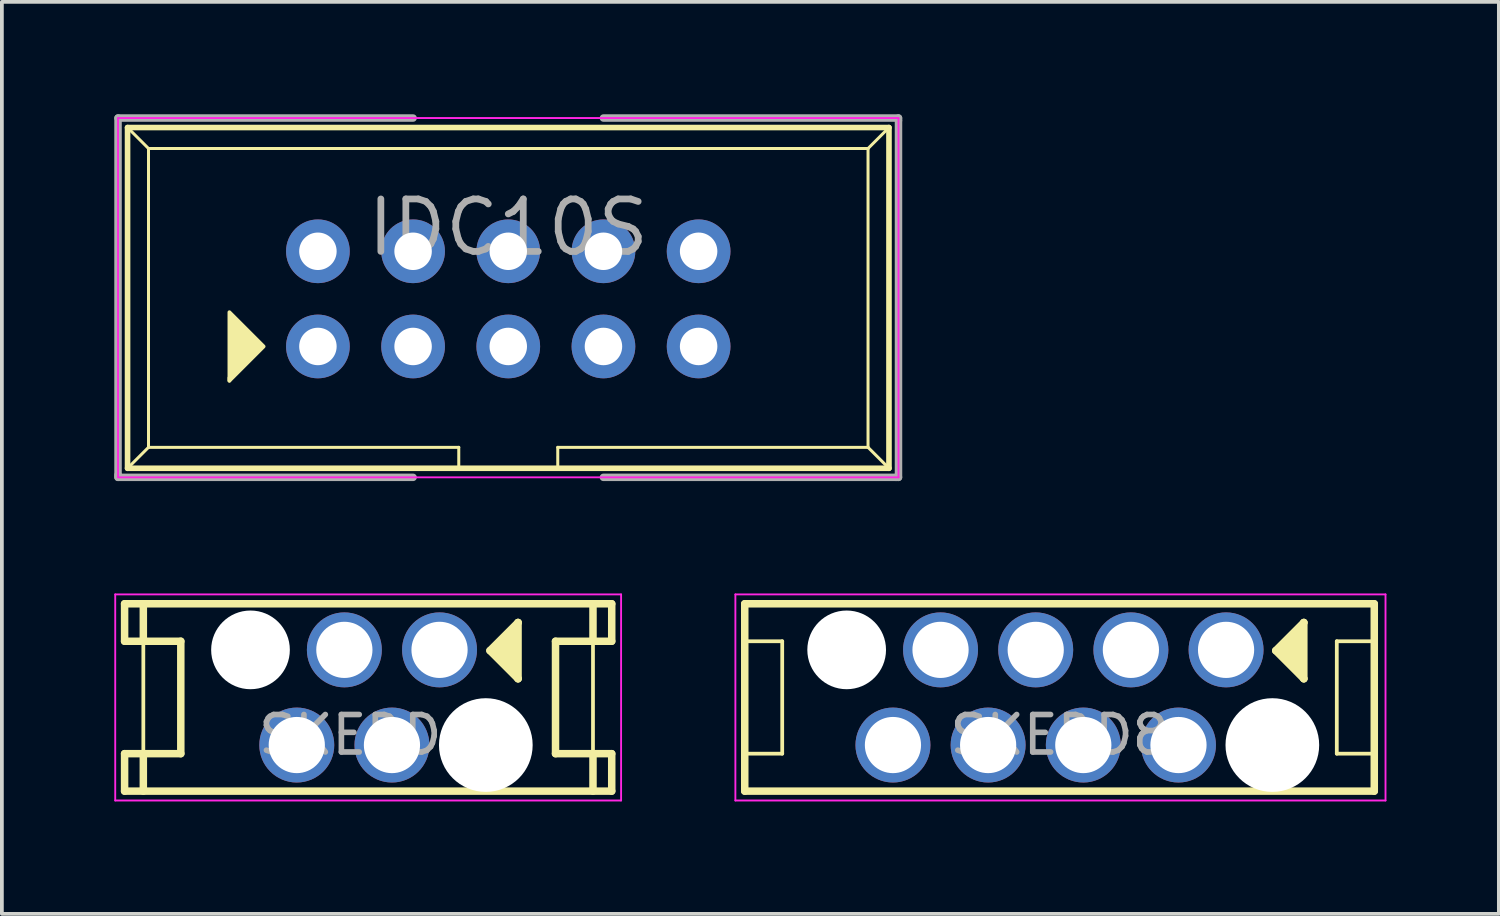
<source format=kicad_pcb>
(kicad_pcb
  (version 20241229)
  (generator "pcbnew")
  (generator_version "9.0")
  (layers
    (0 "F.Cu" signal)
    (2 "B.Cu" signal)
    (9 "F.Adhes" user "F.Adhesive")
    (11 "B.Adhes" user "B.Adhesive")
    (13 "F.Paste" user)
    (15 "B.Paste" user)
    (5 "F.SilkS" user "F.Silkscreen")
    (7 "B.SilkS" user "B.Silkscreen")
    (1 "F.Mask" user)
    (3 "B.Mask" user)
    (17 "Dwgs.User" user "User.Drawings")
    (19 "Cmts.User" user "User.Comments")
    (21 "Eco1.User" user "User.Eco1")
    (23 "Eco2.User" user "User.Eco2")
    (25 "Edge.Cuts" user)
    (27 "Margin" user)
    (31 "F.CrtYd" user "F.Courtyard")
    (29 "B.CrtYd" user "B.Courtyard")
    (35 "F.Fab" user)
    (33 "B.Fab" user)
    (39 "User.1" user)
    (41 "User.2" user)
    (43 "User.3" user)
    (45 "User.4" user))
  (footprint "SKEDD4"
    (layer "F.Cu")
    (at 6.775 15.563)
    (property "Reference" "SKEDD4" (at 0 1 0) (layer "F.Fab") (effects (font (size 1 1) (thickness 0.15))))
    (attr through_hole)
    (fp_line (start -6.5 -1.5) (end -6.5 -2.5) (stroke (width 0.2) (type solid)) (layer "F.SilkS"))
    (fp_line (start -6.5 -1.5) (end -6 -1.5) (stroke (width 0.2) (type solid)) (layer "F.SilkS"))
    (fp_line (start -6.5 1.5) (end -6 1.5) (stroke (width 0.2) (type solid)) (layer "F.SilkS"))
    (fp_line (start -6.5 2.5) (end -6.5 1.5) (stroke (width 0.2) (type solid)) (layer "F.SilkS"))
    (fp_line (start -6.5 2.5) (end 6.5 2.5) (stroke (width 0.2) (type solid)) (layer "F.SilkS"))
    (fp_line (start -6 -1.5) (end -6 -2.5) (stroke (width 0.2) (type solid)) (layer "F.SilkS"))
    (fp_line (start -6 -1.5) (end -6 1.5) (stroke (width 0.1) (type solid)) (layer "F.SilkS"))
    (fp_line (start -6 -1.5) (end -5 -1.5) (stroke (width 0.2) (type solid)) (layer "F.SilkS"))
    (fp_line (start -6 1.5) (end -6 2.5) (stroke (width 0.2) (type solid)) (layer "F.SilkS"))
    (fp_line (start -5 -1.5) (end -5 1.5) (stroke (width 0.2) (type solid)) (layer "F.SilkS"))
    (fp_line (start -5 1.5) (end -6 1.5) (stroke (width 0.2) (type solid)) (layer "F.SilkS"))
    (fp_line (start 3.25 -1.25) (end 4 -2) (stroke (width 0.2) (type solid)) (layer "F.SilkS"))
    (fp_line (start 3.5 -1.25) (end 3.75 -1.25) (stroke (width 0.5) (type solid)) (layer "F.SilkS"))
    (fp_line (start 3.75 -1) (end 3.75 -1.5) (stroke (width 0.5) (type solid)) (layer "F.SilkS"))
    (fp_line (start 4 -2) (end 3.75 -1.5) (stroke (width 0.2) (type solid)) (layer "F.SilkS"))
    (fp_line (start 4 -2) (end 4 -0.5) (stroke (width 0.2) (type solid)) (layer "F.SilkS"))
    (fp_line (start 4 -0.5) (end 3.25 -1.25) (stroke (width 0.2) (type solid)) (layer "F.SilkS"))
    (fp_line (start 4 -0.5) (end 3.75 -1) (stroke (width 0.2) (type solid)) (layer "F.SilkS"))
    (fp_line (start 5 -1.5) (end 6 -1.5) (stroke (width 0.2) (type solid)) (layer "F.SilkS"))
    (fp_line (start 5 1.5) (end 5 -1.5) (stroke (width 0.2) (type solid)) (layer "F.SilkS"))
    (fp_line (start 6 -2.5) (end 6 -1.5) (stroke (width 0.2) (type solid)) (layer "F.SilkS"))
    (fp_line (start 6 -1.5) (end 6 1.5) (stroke (width 0.1) (type solid)) (layer "F.SilkS"))
    (fp_line (start 6 1.5) (end 5 1.5) (stroke (width 0.2) (type solid)) (layer "F.SilkS"))
    (fp_line (start 6 1.5) (end 6 2.5) (stroke (width 0.2) (type solid)) (layer "F.SilkS"))
    (fp_line (start 6.5 -2.5) (end -6.5 -2.5) (stroke (width 0.2) (type solid)) (layer "F.SilkS"))
    (fp_line (start 6.5 -2.5) (end 6.5 -1.5) (stroke (width 0.2) (type solid)) (layer "F.SilkS"))
    (fp_line (start 6.5 -1.5) (end 6 -1.5) (stroke (width 0.2) (type solid)) (layer "F.SilkS"))
    (fp_line (start 6.5 1.5) (end 6 1.5) (stroke (width 0.2) (type solid)) (layer "F.SilkS"))
    (fp_line (start 6.5 2.5) (end 6.5 1.5) (stroke (width 0.2) (type solid)) (layer "F.SilkS"))
    (fp_line (start -6.75 -2.75) (end 6.75 -2.75) (stroke (width 0.05) (type solid)) (layer "F.CrtYd"))
    (fp_line (start -6.75 2.75) (end -6.75 -2.75) (stroke (width 0.05) (type solid)) (layer "F.CrtYd"))
    (fp_line (start 6.75 -2.75) (end 6.75 2.75) (stroke (width 0.05) (type solid)) (layer "F.CrtYd"))
    (fp_line (start 6.75 2.75) (end -6.75 2.75) (stroke (width 0.05) (type solid)) (layer "F.CrtYd"))
    (pad "" np_thru_hole circle (at -3.14 -1.27) (size 2.1 2.1) (drill 2.1) (layers "*.Cu" "*.Mask"))
    (pad "" np_thru_hole circle (at 3.14 1.27) (size 2.5 2.5) (drill 2.5) (layers "*.Cu" "*.Mask"))
    (pad "1" thru_hole circle (at 1.905 -1.27) (size 2 2) (drill 1.5) (layers "*.Cu" "*.Mask"))
    (pad "2" thru_hole circle (at 0.635 1.27) (size 2 2) (drill 1.5) (layers "*.Cu" "*.Mask"))
    (pad "3" thru_hole circle (at -0.635 -1.27) (size 2 2) (drill 1.5) (layers "*.Cu" "*.Mask"))
    (pad "4" thru_hole circle (at -1.905 1.27) (size 2 2) (drill 1.5) (layers "*.Cu" "*.Mask")))
  (footprint "IDC10S"
    (layer "F.Cu")
    (at 10.514 4.926)
    (property "Reference" "IDC10S" (at 0 -1.905 0) (layer "F.Fab") (effects (font (size 1.4 1.4) (thickness 0.18))))
    (attr through_hole)
    (fp_line (start -10.16 -4.572) (end -9.601 -4.013) (stroke (width 0.08) (type solid)) (layer "F.SilkS"))
    (fp_line (start -10.16 -4.572) (end 10.16 -4.572) (stroke (width 0.15) (type solid)) (layer "F.SilkS"))
    (fp_line (start -10.16 4.521) (end -10.16 -4.572) (stroke (width 0.15) (type solid)) (layer "F.SilkS"))
    (fp_line (start -10.16 4.521) (end -9.601 3.962) (stroke (width 0.08) (type solid)) (layer "F.SilkS"))
    (fp_line (start -9.601 -4.013) (end -9.601 3.962) (stroke (width 0.08) (type solid)) (layer "F.SilkS"))
    (fp_line (start -9.601 -4.013) (end 9.601 -4.013) (stroke (width 0.08) (type solid)) (layer "F.SilkS"))
    (fp_line (start -9.601 3.962) (end -1.321 3.962) (stroke (width 0.08) (type solid)) (layer "F.SilkS"))
    (fp_line (start -7.442 2.184) (end -7.442 2.108) (stroke (width 0.1) (type solid)) (layer "F.SilkS"))
    (fp_line (start -1.321 3.962) (end -1.321 4.521) (stroke (width 0.08) (type solid)) (layer "F.SilkS"))
    (fp_line (start 1.321 3.962) (end 1.321 4.521) (stroke (width 0.08) (type solid)) (layer "F.SilkS"))
    (fp_line (start 9.601 -4.013) (end 9.601 3.962) (stroke (width 0.08) (type solid)) (layer "F.SilkS"))
    (fp_line (start 9.601 3.962) (end 1.321 3.962) (stroke (width 0.08) (type solid)) (layer "F.SilkS"))
    (fp_line (start 10.16 -4.572) (end 9.601 -4.013) (stroke (width 0.08) (type solid)) (layer "F.SilkS"))
    (fp_line (start 10.16 4.521) (end -10.16 4.521) (stroke (width 0.15) (type solid)) (layer "F.SilkS"))
    (fp_line (start 10.16 4.521) (end 9.601 3.962) (stroke (width 0.08) (type solid)) (layer "F.SilkS"))
    (fp_line (start 10.16 4.521) (end 10.16 -4.572) (stroke (width 0.15) (type solid)) (layer "F.SilkS"))
    (fp_poly (pts (xy -6.528 1.27) (xy -7.442 2.184) (xy -7.442 0.356)) (stroke (width 0.1) (type solid)) (fill yes) (layer "F.SilkS"))
    (fp_line (start -10.414 -4.826) (end 10.414 -4.826) (stroke (width 0.05) (type solid)) (layer "F.CrtYd"))
    (fp_line (start -10.414 4.763) (end -10.414 -4.826) (stroke (width 0.05) (type solid)) (layer "F.CrtYd"))
    (fp_line (start 10.414 -4.826) (end 10.414 4.763) (stroke (width 0.05) (type solid)) (layer "F.CrtYd"))
    (fp_line (start 10.414 4.763) (end -10.414 4.763) (stroke (width 0.05) (type solid)) (layer "F.CrtYd"))
    (fp_line (start -10.414 -4.826) (end -10.414 4.699) (stroke (width 0.2) (type solid)) (layer "F.Fab"))
    (fp_line (start -10.414 4.699) (end -10.414 4.763) (stroke (width 0.2) (type solid)) (layer "F.Fab"))
    (fp_line (start -10.414 4.763) (end -2.54 4.763) (stroke (width 0.2) (type solid)) (layer "F.Fab"))
    (fp_line (start -2.54 -4.826) (end -10.414 -4.826) (stroke (width 0.2) (type solid)) (layer "F.Fab"))
    (fp_line (start 2.54 4.763) (end 10.351 4.763) (stroke (width 0.2) (type solid)) (layer "F.Fab"))
    (fp_line (start 10.351 4.763) (end 10.414 4.763) (stroke (width 0.2) (type solid)) (layer "F.Fab"))
    (fp_line (start 10.414 -4.826) (end 2.54 -4.826) (stroke (width 0.2) (type solid)) (layer "F.Fab"))
    (fp_line (start 10.414 -4.763) (end 10.414 -4.826) (stroke (width 0.2) (type solid)) (layer "F.Fab"))
    (fp_line (start 10.414 4.763) (end 10.414 -4.763) (stroke (width 0.2) (type solid)) (layer "F.Fab"))
    (pad "1" thru_hole circle (at -5.08 1.27) (size 1.7 1.7) (drill 1) (layers "*.Cu" "*.Mask"))
    (pad "2" thru_hole circle (at -5.08 -1.27) (size 1.7 1.7) (drill 1) (layers "*.Cu" "*.Mask"))
    (pad "3" thru_hole circle (at -2.54 1.27) (size 1.7 1.7) (drill 1) (layers "*.Cu" "*.Mask"))
    (pad "4" thru_hole circle (at -2.54 -1.27) (size 1.7 1.7) (drill 1) (layers "*.Cu" "*.Mask"))
    (pad "5" thru_hole circle (at 0 1.27) (size 1.7 1.7) (drill 1) (layers "*.Cu" "*.Mask"))
    (pad "6" thru_hole circle (at 0 -1.27) (size 1.7 1.7) (drill 1) (layers "*.Cu" "*.Mask"))
    (pad "7" thru_hole circle (at 2.54 1.27) (size 1.7 1.7) (drill 1) (layers "*.Cu" "*.Mask"))
    (pad "8" thru_hole circle (at 2.54 -1.27) (size 1.7 1.7) (drill 1) (layers "*.Cu" "*.Mask"))
    (pad "9" thru_hole circle (at 5.08 1.27) (size 1.7 1.7) (drill 1) (layers "*.Cu" "*.Mask"))
    (pad "10" thru_hole circle (at 5.08 -1.27) (size 1.7 1.7) (drill 1) (layers "*.Cu" "*.Mask")))
  (footprint "SKEDD8"
    (layer "F.Cu")
    (at 25.225 15.563)
    (property "Reference" "SKEDD8" (at 0 1 0) (layer "F.Fab") (effects (font (size 1 1) (thickness 0.15))))
    (attr through_hole)
    (fp_line (start -8.4 -2.5) (end 8.4 -2.5) (stroke (width 0.2) (type solid)) (layer "F.SilkS"))
    (fp_line (start -8.4 -1.5) (end -7.4 -1.5) (stroke (width 0.1) (type solid)) (layer "F.SilkS"))
    (fp_line (start -8.4 2.5) (end -8.4 -2.5) (stroke (width 0.2) (type solid)) (layer "F.SilkS"))
    (fp_line (start -7.4 -1.5) (end -7.4 1.5) (stroke (width 0.1) (type solid)) (layer "F.SilkS"))
    (fp_line (start -7.4 1.5) (end -8.4 1.5) (stroke (width 0.1) (type solid)) (layer "F.SilkS"))
    (fp_line (start 5.77 -1.25) (end 6.52 -2) (stroke (width 0.2) (type solid)) (layer "F.SilkS"))
    (fp_line (start 6.02 -1.25) (end 6.27 -1.25) (stroke (width 0.5) (type solid)) (layer "F.SilkS"))
    (fp_line (start 6.27 -1) (end 6.27 -1.5) (stroke (width 0.5) (type solid)) (layer "F.SilkS"))
    (fp_line (start 6.52 -2) (end 6.27 -1.5) (stroke (width 0.2) (type solid)) (layer "F.SilkS"))
    (fp_line (start 6.52 -2) (end 6.52 -0.5) (stroke (width 0.2) (type solid)) (layer "F.SilkS"))
    (fp_line (start 6.52 -0.5) (end 5.77 -1.25) (stroke (width 0.2) (type solid)) (layer "F.SilkS"))
    (fp_line (start 6.52 -0.5) (end 6.27 -1) (stroke (width 0.2) (type solid)) (layer "F.SilkS"))
    (fp_line (start 7.4 -1.5) (end 8.4 -1.5) (stroke (width 0.1) (type solid)) (layer "F.SilkS"))
    (fp_line (start 7.4 1.5) (end 7.4 -1.5) (stroke (width 0.1) (type solid)) (layer "F.SilkS"))
    (fp_line (start 8.4 -2.5) (end 8.4 2.5) (stroke (width 0.2) (type solid)) (layer "F.SilkS"))
    (fp_line (start 8.4 1.5) (end 7.4 1.5) (stroke (width 0.1) (type solid)) (layer "F.SilkS"))
    (fp_line (start 8.4 2.5) (end -8.4 2.5) (stroke (width 0.2) (type solid)) (layer "F.SilkS"))
    (fp_line (start -8.65 -2.75) (end 8.7 -2.75) (stroke (width 0.05) (type solid)) (layer "F.CrtYd"))
    (fp_line (start -8.65 2.75) (end -8.65 -2.75) (stroke (width 0.05) (type solid)) (layer "F.CrtYd"))
    (fp_line (start -8.65 2.75) (end 8.7 2.75) (stroke (width 0.05) (type solid)) (layer "F.CrtYd"))
    (fp_line (start 8.7 -2.75) (end 8.7 2.75) (stroke (width 0.05) (type solid)) (layer "F.CrtYd"))
    (pad "" np_thru_hole circle (at -5.68 -1.27) (size 2.1 2.1) (drill 2.1) (layers "*.Cu" "*.Mask"))
    (pad "" np_thru_hole circle (at 5.68 1.27) (size 2.5 2.5) (drill 2.5) (layers "*.Cu" "*.Mask"))
    (pad "1" thru_hole circle (at 4.445 -1.27) (size 2 2) (drill 1.5) (layers "*.Cu" "*.Mask"))
    (pad "2" thru_hole circle (at 3.175 1.27) (size 2 2) (drill 1.5) (layers "*.Cu" "*.Mask"))
    (pad "3" thru_hole circle (at 1.905 -1.27) (size 2 2) (drill 1.5) (layers "*.Cu" "*.Mask"))
    (pad "4" thru_hole circle (at 0.635 1.27) (size 2 2) (drill 1.5) (layers "*.Cu" "*.Mask"))
    (pad "5" thru_hole circle (at -0.635 -1.27) (size 2 2) (drill 1.5) (layers "*.Cu" "*.Mask"))
    (pad "6" thru_hole circle (at -1.905 1.27) (size 2 2) (drill 1.5) (layers "*.Cu" "*.Mask"))
    (pad "7" thru_hole circle (at -3.175 -1.27) (size 2 2) (drill 1.5) (layers "*.Cu" "*.Mask"))
    (pad "8" thru_hole circle (at -4.445 1.27) (size 2 2) (drill 1.5) (layers "*.Cu" "*.Mask")))
  (gr_rect
    (start -3 -3)
    (end 36.95 21.338)
    (stroke (width 0.1) (type default))
    (fill no)
    (layer "Edge.Cuts")))
</source>
